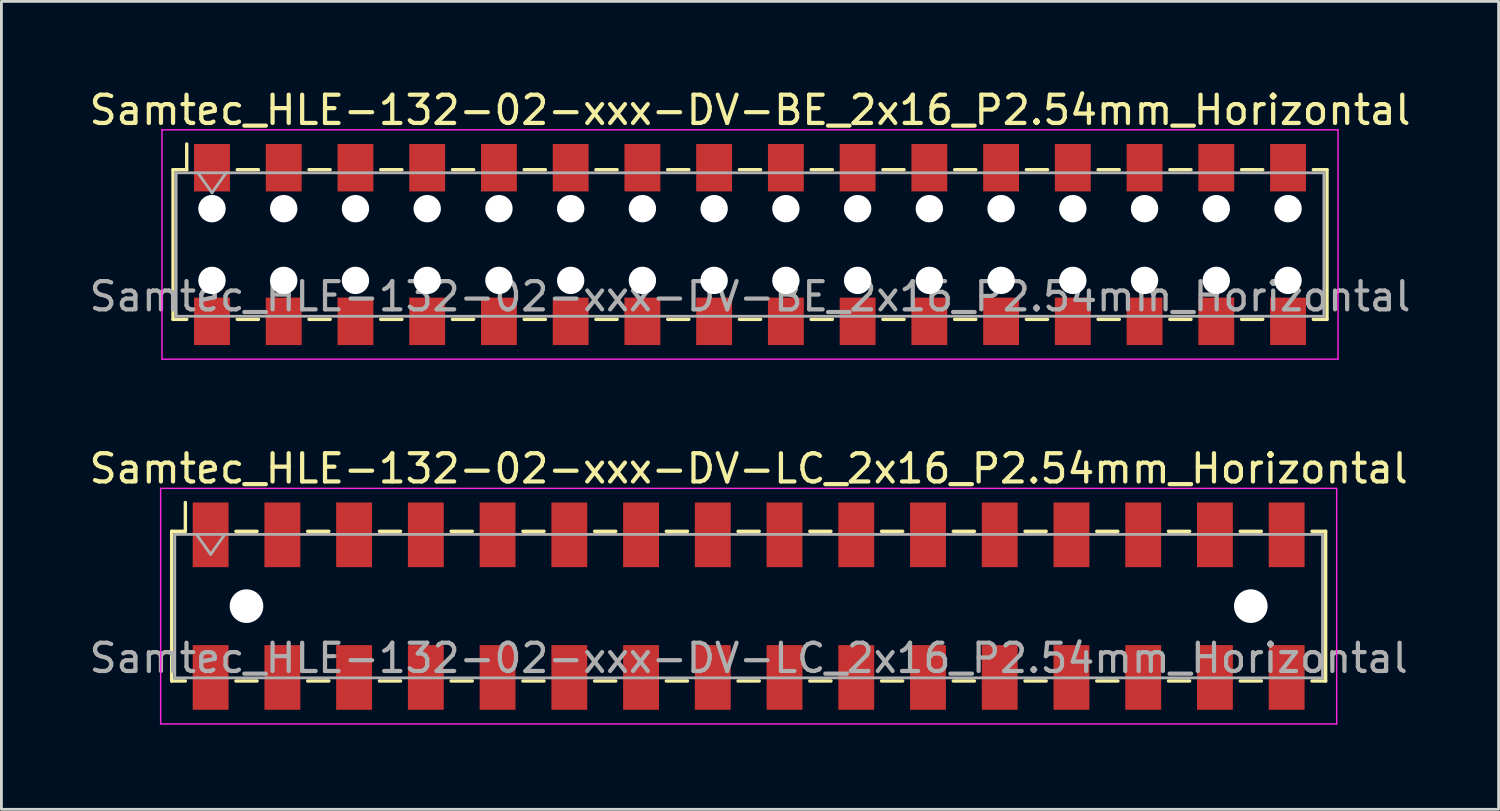
<source format=kicad_pcb>
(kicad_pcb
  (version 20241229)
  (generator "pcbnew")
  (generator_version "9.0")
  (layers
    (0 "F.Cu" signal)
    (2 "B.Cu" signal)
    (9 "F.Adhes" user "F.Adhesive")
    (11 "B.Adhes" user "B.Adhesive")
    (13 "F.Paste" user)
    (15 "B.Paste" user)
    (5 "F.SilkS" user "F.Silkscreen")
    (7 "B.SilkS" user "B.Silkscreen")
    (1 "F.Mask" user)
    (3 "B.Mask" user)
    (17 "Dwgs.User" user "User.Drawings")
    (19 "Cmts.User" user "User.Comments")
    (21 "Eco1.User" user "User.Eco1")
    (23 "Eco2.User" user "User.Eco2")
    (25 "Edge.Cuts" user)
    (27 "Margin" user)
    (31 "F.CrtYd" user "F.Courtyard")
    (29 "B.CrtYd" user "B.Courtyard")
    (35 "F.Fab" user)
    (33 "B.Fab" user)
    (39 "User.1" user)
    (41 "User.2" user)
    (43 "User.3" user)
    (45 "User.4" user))
  (footprint "Samtec_HLE-132-02-xxx-DV-LC_2x16_P2.54mm_Horizontal"
    (layer "F.Cu")
    (at 23.458 18.412)
    (property "Reference" "Samtec_HLE-132-02-xxx-DV-LC_2x16_P2.54mm_Horizontal" (at 0 -4.87 0) (layer "F.SilkS") (effects (font (size 1 1) (thickness 0.15))))
    (attr smd)
    (fp_line (start -20.43 -2.65) (end -20.43 2.65) (stroke (width 0.12) (type solid)) (layer "F.SilkS"))
    (fp_line (start -20.43 2.65) (end -19.945 2.65) (stroke (width 0.12) (type solid)) (layer "F.SilkS"))
    (fp_line (start -19.945 -3.67) (end -19.945 -2.65) (stroke (width 0.12) (type solid)) (layer "F.SilkS"))
    (fp_line (start -19.945 -2.65) (end -20.43 -2.65) (stroke (width 0.12) (type solid)) (layer "F.SilkS"))
    (fp_line (start -18.155 -2.65) (end -17.405 -2.65) (stroke (width 0.12) (type solid)) (layer "F.SilkS"))
    (fp_line (start -18.155 2.65) (end -17.405 2.65) (stroke (width 0.12) (type solid)) (layer "F.SilkS"))
    (fp_line (start -15.615 -2.65) (end -14.865 -2.65) (stroke (width 0.12) (type solid)) (layer "F.SilkS"))
    (fp_line (start -15.615 2.65) (end -14.865 2.65) (stroke (width 0.12) (type solid)) (layer "F.SilkS"))
    (fp_line (start -13.075 -2.65) (end -12.325 -2.65) (stroke (width 0.12) (type solid)) (layer "F.SilkS"))
    (fp_line (start -13.075 2.65) (end -12.325 2.65) (stroke (width 0.12) (type solid)) (layer "F.SilkS"))
    (fp_line (start -10.535 -2.65) (end -9.785 -2.65) (stroke (width 0.12) (type solid)) (layer "F.SilkS"))
    (fp_line (start -10.535 2.65) (end -9.785 2.65) (stroke (width 0.12) (type solid)) (layer "F.SilkS"))
    (fp_line (start -7.995 -2.65) (end -7.245 -2.65) (stroke (width 0.12) (type solid)) (layer "F.SilkS"))
    (fp_line (start -7.995 2.65) (end -7.245 2.65) (stroke (width 0.12) (type solid)) (layer "F.SilkS"))
    (fp_line (start -5.455 -2.65) (end -4.705 -2.65) (stroke (width 0.12) (type solid)) (layer "F.SilkS"))
    (fp_line (start -5.455 2.65) (end -4.705 2.65) (stroke (width 0.12) (type solid)) (layer "F.SilkS"))
    (fp_line (start -2.915 -2.65) (end -2.165 -2.65) (stroke (width 0.12) (type solid)) (layer "F.SilkS"))
    (fp_line (start -2.915 2.65) (end -2.165 2.65) (stroke (width 0.12) (type solid)) (layer "F.SilkS"))
    (fp_line (start -0.375 -2.65) (end 0.375 -2.65) (stroke (width 0.12) (type solid)) (layer "F.SilkS"))
    (fp_line (start -0.375 2.65) (end 0.375 2.65) (stroke (width 0.12) (type solid)) (layer "F.SilkS"))
    (fp_line (start 2.165 -2.65) (end 2.915 -2.65) (stroke (width 0.12) (type solid)) (layer "F.SilkS"))
    (fp_line (start 2.165 2.65) (end 2.915 2.65) (stroke (width 0.12) (type solid)) (layer "F.SilkS"))
    (fp_line (start 4.705 -2.65) (end 5.455 -2.65) (stroke (width 0.12) (type solid)) (layer "F.SilkS"))
    (fp_line (start 4.705 2.65) (end 5.455 2.65) (stroke (width 0.12) (type solid)) (layer "F.SilkS"))
    (fp_line (start 7.245 -2.65) (end 7.995 -2.65) (stroke (width 0.12) (type solid)) (layer "F.SilkS"))
    (fp_line (start 7.245 2.65) (end 7.995 2.65) (stroke (width 0.12) (type solid)) (layer "F.SilkS"))
    (fp_line (start 9.785 -2.65) (end 10.535 -2.65) (stroke (width 0.12) (type solid)) (layer "F.SilkS"))
    (fp_line (start 9.785 2.65) (end 10.535 2.65) (stroke (width 0.12) (type solid)) (layer "F.SilkS"))
    (fp_line (start 12.325 -2.65) (end 13.075 -2.65) (stroke (width 0.12) (type solid)) (layer "F.SilkS"))
    (fp_line (start 12.325 2.65) (end 13.075 2.65) (stroke (width 0.12) (type solid)) (layer "F.SilkS"))
    (fp_line (start 14.865 -2.65) (end 15.615 -2.65) (stroke (width 0.12) (type solid)) (layer "F.SilkS"))
    (fp_line (start 14.865 2.65) (end 15.615 2.65) (stroke (width 0.12) (type solid)) (layer "F.SilkS"))
    (fp_line (start 17.405 -2.65) (end 18.155 -2.65) (stroke (width 0.12) (type solid)) (layer "F.SilkS"))
    (fp_line (start 17.405 2.65) (end 18.155 2.65) (stroke (width 0.12) (type solid)) (layer "F.SilkS"))
    (fp_line (start 19.945 -2.65) (end 20.43 -2.65) (stroke (width 0.12) (type solid)) (layer "F.SilkS"))
    (fp_line (start 20.43 -2.65) (end 20.43 2.65) (stroke (width 0.12) (type solid)) (layer "F.SilkS"))
    (fp_line (start 20.43 2.65) (end 19.945 2.65) (stroke (width 0.12) (type solid)) (layer "F.SilkS"))
    (fp_line (start -20.82 -4.17) (end 20.82 -4.17) (stroke (width 0.05) (type solid)) (layer "F.CrtYd"))
    (fp_line (start -20.82 4.17) (end -20.82 -4.17) (stroke (width 0.05) (type solid)) (layer "F.CrtYd"))
    (fp_line (start 20.82 -4.17) (end 20.82 4.17) (stroke (width 0.05) (type solid)) (layer "F.CrtYd"))
    (fp_line (start 20.82 4.17) (end -20.82 4.17) (stroke (width 0.05) (type solid)) (layer "F.CrtYd"))
    (fp_line (start -20.32 -2.54) (end 20.32 -2.54) (stroke (width 0.1) (type solid)) (layer "F.Fab"))
    (fp_line (start -20.32 2.54) (end -20.32 -2.54) (stroke (width 0.1) (type solid)) (layer "F.Fab"))
    (fp_line (start -19.55 -2.54) (end -19.05 -1.833) (stroke (width 0.1) (type solid)) (layer "F.Fab"))
    (fp_line (start -19.05 -1.833) (end -18.55 -2.54) (stroke (width 0.1) (type solid)) (layer "F.Fab"))
    (fp_line (start 20.32 -2.54) (end 20.32 2.54) (stroke (width 0.1) (type solid)) (layer "F.Fab"))
    (fp_line (start 20.32 2.54) (end -20.32 2.54) (stroke (width 0.1) (type solid)) (layer "F.Fab"))
    (fp_text user "${REFERENCE}" (at 0 1.84 0) (layer "F.Fab") (effects (font (size 1 1) (thickness 0.15))))
    (pad "" np_thru_hole circle (at -17.78 0) (size 1.19 1.19) (drill 1.19) (layers "*.Cu" "*.Mask"))
    (pad "" np_thru_hole circle (at 17.78 0) (size 1.19 1.19) (drill 1.19) (layers "*.Cu" "*.Mask"))
    (pad "1" smd rect (at -19.05 -2.525) (size 1.27 2.29) (layers "F.Cu" "F.Mask" "F.Paste"))
    (pad "2" smd rect (at -19.05 2.525) (size 1.27 2.29) (layers "F.Cu" "F.Mask" "F.Paste"))
    (pad "3" smd rect (at -16.51 -2.525) (size 1.27 2.29) (layers "F.Cu" "F.Mask" "F.Paste"))
    (pad "4" smd rect (at -16.51 2.525) (size 1.27 2.29) (layers "F.Cu" "F.Mask" "F.Paste"))
    (pad "5" smd rect (at -13.97 -2.525) (size 1.27 2.29) (layers "F.Cu" "F.Mask" "F.Paste"))
    (pad "6" smd rect (at -13.97 2.525) (size 1.27 2.29) (layers "F.Cu" "F.Mask" "F.Paste"))
    (pad "7" smd rect (at -11.43 -2.525) (size 1.27 2.29) (layers "F.Cu" "F.Mask" "F.Paste"))
    (pad "8" smd rect (at -11.43 2.525) (size 1.27 2.29) (layers "F.Cu" "F.Mask" "F.Paste"))
    (pad "9" smd rect (at -8.89 -2.525) (size 1.27 2.29) (layers "F.Cu" "F.Mask" "F.Paste"))
    (pad "10" smd rect (at -8.89 2.525) (size 1.27 2.29) (layers "F.Cu" "F.Mask" "F.Paste"))
    (pad "11" smd rect (at -6.35 -2.525) (size 1.27 2.29) (layers "F.Cu" "F.Mask" "F.Paste"))
    (pad "12" smd rect (at -6.35 2.525) (size 1.27 2.29) (layers "F.Cu" "F.Mask" "F.Paste"))
    (pad "13" smd rect (at -3.81 -2.525) (size 1.27 2.29) (layers "F.Cu" "F.Mask" "F.Paste"))
    (pad "14" smd rect (at -3.81 2.525) (size 1.27 2.29) (layers "F.Cu" "F.Mask" "F.Paste"))
    (pad "15" smd rect (at -1.27 -2.525) (size 1.27 2.29) (layers "F.Cu" "F.Mask" "F.Paste"))
    (pad "16" smd rect (at -1.27 2.525) (size 1.27 2.29) (layers "F.Cu" "F.Mask" "F.Paste"))
    (pad "17" smd rect (at 1.27 -2.525) (size 1.27 2.29) (layers "F.Cu" "F.Mask" "F.Paste"))
    (pad "18" smd rect (at 1.27 2.525) (size 1.27 2.29) (layers "F.Cu" "F.Mask" "F.Paste"))
    (pad "19" smd rect (at 3.81 -2.525) (size 1.27 2.29) (layers "F.Cu" "F.Mask" "F.Paste"))
    (pad "20" smd rect (at 3.81 2.525) (size 1.27 2.29) (layers "F.Cu" "F.Mask" "F.Paste"))
    (pad "21" smd rect (at 6.35 -2.525) (size 1.27 2.29) (layers "F.Cu" "F.Mask" "F.Paste"))
    (pad "22" smd rect (at 6.35 2.525) (size 1.27 2.29) (layers "F.Cu" "F.Mask" "F.Paste"))
    (pad "23" smd rect (at 8.89 -2.525) (size 1.27 2.29) (layers "F.Cu" "F.Mask" "F.Paste"))
    (pad "24" smd rect (at 8.89 2.525) (size 1.27 2.29) (layers "F.Cu" "F.Mask" "F.Paste"))
    (pad "25" smd rect (at 11.43 -2.525) (size 1.27 2.29) (layers "F.Cu" "F.Mask" "F.Paste"))
    (pad "26" smd rect (at 11.43 2.525) (size 1.27 2.29) (layers "F.Cu" "F.Mask" "F.Paste"))
    (pad "27" smd rect (at 13.97 -2.525) (size 1.27 2.29) (layers "F.Cu" "F.Mask" "F.Paste"))
    (pad "28" smd rect (at 13.97 2.525) (size 1.27 2.29) (layers "F.Cu" "F.Mask" "F.Paste"))
    (pad "29" smd rect (at 16.51 -2.525) (size 1.27 2.29) (layers "F.Cu" "F.Mask" "F.Paste"))
    (pad "30" smd rect (at 16.51 2.525) (size 1.27 2.29) (layers "F.Cu" "F.Mask" "F.Paste"))
    (pad "31" smd rect (at 19.05 -2.525) (size 1.27 2.29) (layers "F.Cu" "F.Mask" "F.Paste"))
    (pad "32" smd rect (at 19.05 2.525) (size 1.27 2.29) (layers "F.Cu" "F.Mask" "F.Paste")))
  (footprint "Samtec_HLE-132-02-xxx-DV-BE_2x16_P2.54mm_Horizontal"
    (layer "F.Cu")
    (at 23.506 5.608)
    (property "Reference" "Samtec_HLE-132-02-xxx-DV-BE_2x16_P2.54mm_Horizontal" (at 0 -4.76 0) (layer "F.SilkS") (effects (font (size 1 1) (thickness 0.15))))
    (attr smd)
    (fp_line (start -20.43 -2.65) (end -20.43 2.65) (stroke (width 0.12) (type solid)) (layer "F.SilkS"))
    (fp_line (start -20.43 2.65) (end -19.945 2.65) (stroke (width 0.12) (type solid)) (layer "F.SilkS"))
    (fp_line (start -19.945 -3.56) (end -19.945 -2.65) (stroke (width 0.12) (type solid)) (layer "F.SilkS"))
    (fp_line (start -19.945 -2.65) (end -20.43 -2.65) (stroke (width 0.12) (type solid)) (layer "F.SilkS"))
    (fp_line (start -18.155 -2.65) (end -17.405 -2.65) (stroke (width 0.12) (type solid)) (layer "F.SilkS"))
    (fp_line (start -18.155 2.65) (end -17.405 2.65) (stroke (width 0.12) (type solid)) (layer "F.SilkS"))
    (fp_line (start -15.615 -2.65) (end -14.865 -2.65) (stroke (width 0.12) (type solid)) (layer "F.SilkS"))
    (fp_line (start -15.615 2.65) (end -14.865 2.65) (stroke (width 0.12) (type solid)) (layer "F.SilkS"))
    (fp_line (start -13.075 -2.65) (end -12.325 -2.65) (stroke (width 0.12) (type solid)) (layer "F.SilkS"))
    (fp_line (start -13.075 2.65) (end -12.325 2.65) (stroke (width 0.12) (type solid)) (layer "F.SilkS"))
    (fp_line (start -10.535 -2.65) (end -9.785 -2.65) (stroke (width 0.12) (type solid)) (layer "F.SilkS"))
    (fp_line (start -10.535 2.65) (end -9.785 2.65) (stroke (width 0.12) (type solid)) (layer "F.SilkS"))
    (fp_line (start -7.995 -2.65) (end -7.245 -2.65) (stroke (width 0.12) (type solid)) (layer "F.SilkS"))
    (fp_line (start -7.995 2.65) (end -7.245 2.65) (stroke (width 0.12) (type solid)) (layer "F.SilkS"))
    (fp_line (start -5.455 -2.65) (end -4.705 -2.65) (stroke (width 0.12) (type solid)) (layer "F.SilkS"))
    (fp_line (start -5.455 2.65) (end -4.705 2.65) (stroke (width 0.12) (type solid)) (layer "F.SilkS"))
    (fp_line (start -2.915 -2.65) (end -2.165 -2.65) (stroke (width 0.12) (type solid)) (layer "F.SilkS"))
    (fp_line (start -2.915 2.65) (end -2.165 2.65) (stroke (width 0.12) (type solid)) (layer "F.SilkS"))
    (fp_line (start -0.375 -2.65) (end 0.375 -2.65) (stroke (width 0.12) (type solid)) (layer "F.SilkS"))
    (fp_line (start -0.375 2.65) (end 0.375 2.65) (stroke (width 0.12) (type solid)) (layer "F.SilkS"))
    (fp_line (start 2.165 -2.65) (end 2.915 -2.65) (stroke (width 0.12) (type solid)) (layer "F.SilkS"))
    (fp_line (start 2.165 2.65) (end 2.915 2.65) (stroke (width 0.12) (type solid)) (layer "F.SilkS"))
    (fp_line (start 4.705 -2.65) (end 5.455 -2.65) (stroke (width 0.12) (type solid)) (layer "F.SilkS"))
    (fp_line (start 4.705 2.65) (end 5.455 2.65) (stroke (width 0.12) (type solid)) (layer "F.SilkS"))
    (fp_line (start 7.245 -2.65) (end 7.995 -2.65) (stroke (width 0.12) (type solid)) (layer "F.SilkS"))
    (fp_line (start 7.245 2.65) (end 7.995 2.65) (stroke (width 0.12) (type solid)) (layer "F.SilkS"))
    (fp_line (start 9.785 -2.65) (end 10.535 -2.65) (stroke (width 0.12) (type solid)) (layer "F.SilkS"))
    (fp_line (start 9.785 2.65) (end 10.535 2.65) (stroke (width 0.12) (type solid)) (layer "F.SilkS"))
    (fp_line (start 12.325 -2.65) (end 13.075 -2.65) (stroke (width 0.12) (type solid)) (layer "F.SilkS"))
    (fp_line (start 12.325 2.65) (end 13.075 2.65) (stroke (width 0.12) (type solid)) (layer "F.SilkS"))
    (fp_line (start 14.865 -2.65) (end 15.615 -2.65) (stroke (width 0.12) (type solid)) (layer "F.SilkS"))
    (fp_line (start 14.865 2.65) (end 15.615 2.65) (stroke (width 0.12) (type solid)) (layer "F.SilkS"))
    (fp_line (start 17.405 -2.65) (end 18.155 -2.65) (stroke (width 0.12) (type solid)) (layer "F.SilkS"))
    (fp_line (start 17.405 2.65) (end 18.155 2.65) (stroke (width 0.12) (type solid)) (layer "F.SilkS"))
    (fp_line (start 19.945 -2.65) (end 20.43 -2.65) (stroke (width 0.12) (type solid)) (layer "F.SilkS"))
    (fp_line (start 20.43 -2.65) (end 20.43 2.65) (stroke (width 0.12) (type solid)) (layer "F.SilkS"))
    (fp_line (start 20.43 2.65) (end 19.945 2.65) (stroke (width 0.12) (type solid)) (layer "F.SilkS"))
    (fp_line (start -20.82 -4.06) (end 20.82 -4.06) (stroke (width 0.05) (type solid)) (layer "F.CrtYd"))
    (fp_line (start -20.82 4.06) (end -20.82 -4.06) (stroke (width 0.05) (type solid)) (layer "F.CrtYd"))
    (fp_line (start 20.82 -4.06) (end 20.82 4.06) (stroke (width 0.05) (type solid)) (layer "F.CrtYd"))
    (fp_line (start 20.82 4.06) (end -20.82 4.06) (stroke (width 0.05) (type solid)) (layer "F.CrtYd"))
    (fp_line (start -20.32 -2.54) (end 20.32 -2.54) (stroke (width 0.1) (type solid)) (layer "F.Fab"))
    (fp_line (start -20.32 2.54) (end -20.32 -2.54) (stroke (width 0.1) (type solid)) (layer "F.Fab"))
    (fp_line (start -19.55 -2.54) (end -19.05 -1.833) (stroke (width 0.1) (type solid)) (layer "F.Fab"))
    (fp_line (start -19.05 -1.833) (end -18.55 -2.54) (stroke (width 0.1) (type solid)) (layer "F.Fab"))
    (fp_line (start 20.32 -2.54) (end 20.32 2.54) (stroke (width 0.1) (type solid)) (layer "F.Fab"))
    (fp_line (start 20.32 2.54) (end -20.32 2.54) (stroke (width 0.1) (type solid)) (layer "F.Fab"))
    (fp_text user "${REFERENCE}" (at 0 1.84 0) (layer "F.Fab") (effects (font (size 1 1) (thickness 0.15))))
    (pad "" np_thru_hole circle (at -19.05 -1.27) (size 0.97 0.97) (drill 0.97) (layers "*.Cu" "*.Mask"))
    (pad "" np_thru_hole circle (at -19.05 1.27) (size 0.97 0.97) (drill 0.97) (layers "*.Cu" "*.Mask"))
    (pad "" np_thru_hole circle (at -16.51 -1.27) (size 0.97 0.97) (drill 0.97) (layers "*.Cu" "*.Mask"))
    (pad "" np_thru_hole circle (at -16.51 1.27) (size 0.97 0.97) (drill 0.97) (layers "*.Cu" "*.Mask"))
    (pad "" np_thru_hole circle (at -13.97 -1.27) (size 0.97 0.97) (drill 0.97) (layers "*.Cu" "*.Mask"))
    (pad "" np_thru_hole circle (at -13.97 1.27) (size 0.97 0.97) (drill 0.97) (layers "*.Cu" "*.Mask"))
    (pad "" np_thru_hole circle (at -11.43 -1.27) (size 0.97 0.97) (drill 0.97) (layers "*.Cu" "*.Mask"))
    (pad "" np_thru_hole circle (at -11.43 1.27) (size 0.97 0.97) (drill 0.97) (layers "*.Cu" "*.Mask"))
    (pad "" np_thru_hole circle (at -8.89 -1.27) (size 0.97 0.97) (drill 0.97) (layers "*.Cu" "*.Mask"))
    (pad "" np_thru_hole circle (at -8.89 1.27) (size 0.97 0.97) (drill 0.97) (layers "*.Cu" "*.Mask"))
    (pad "" np_thru_hole circle (at -6.35 -1.27) (size 0.97 0.97) (drill 0.97) (layers "*.Cu" "*.Mask"))
    (pad "" np_thru_hole circle (at -6.35 1.27) (size 0.97 0.97) (drill 0.97) (layers "*.Cu" "*.Mask"))
    (pad "" np_thru_hole circle (at -3.81 -1.27) (size 0.97 0.97) (drill 0.97) (layers "*.Cu" "*.Mask"))
    (pad "" np_thru_hole circle (at -3.81 1.27) (size 0.97 0.97) (drill 0.97) (layers "*.Cu" "*.Mask"))
    (pad "" np_thru_hole circle (at -1.27 -1.27) (size 0.97 0.97) (drill 0.97) (layers "*.Cu" "*.Mask"))
    (pad "" np_thru_hole circle (at -1.27 1.27) (size 0.97 0.97) (drill 0.97) (layers "*.Cu" "*.Mask"))
    (pad "" np_thru_hole circle (at 1.27 -1.27) (size 0.97 0.97) (drill 0.97) (layers "*.Cu" "*.Mask"))
    (pad "" np_thru_hole circle (at 1.27 1.27) (size 0.97 0.97) (drill 0.97) (layers "*.Cu" "*.Mask"))
    (pad "" np_thru_hole circle (at 3.81 -1.27) (size 0.97 0.97) (drill 0.97) (layers "*.Cu" "*.Mask"))
    (pad "" np_thru_hole circle (at 3.81 1.27) (size 0.97 0.97) (drill 0.97) (layers "*.Cu" "*.Mask"))
    (pad "" np_thru_hole circle (at 6.35 -1.27) (size 0.97 0.97) (drill 0.97) (layers "*.Cu" "*.Mask"))
    (pad "" np_thru_hole circle (at 6.35 1.27) (size 0.97 0.97) (drill 0.97) (layers "*.Cu" "*.Mask"))
    (pad "" np_thru_hole circle (at 8.89 -1.27) (size 0.97 0.97) (drill 0.97) (layers "*.Cu" "*.Mask"))
    (pad "" np_thru_hole circle (at 8.89 1.27) (size 0.97 0.97) (drill 0.97) (layers "*.Cu" "*.Mask"))
    (pad "" np_thru_hole circle (at 11.43 -1.27) (size 0.97 0.97) (drill 0.97) (layers "*.Cu" "*.Mask"))
    (pad "" np_thru_hole circle (at 11.43 1.27) (size 0.97 0.97) (drill 0.97) (layers "*.Cu" "*.Mask"))
    (pad "" np_thru_hole circle (at 13.97 -1.27) (size 0.97 0.97) (drill 0.97) (layers "*.Cu" "*.Mask"))
    (pad "" np_thru_hole circle (at 13.97 1.27) (size 0.97 0.97) (drill 0.97) (layers "*.Cu" "*.Mask"))
    (pad "" np_thru_hole circle (at 16.51 -1.27) (size 0.97 0.97) (drill 0.97) (layers "*.Cu" "*.Mask"))
    (pad "" np_thru_hole circle (at 16.51 1.27) (size 0.97 0.97) (drill 0.97) (layers "*.Cu" "*.Mask"))
    (pad "" np_thru_hole circle (at 19.05 -1.27) (size 0.97 0.97) (drill 0.97) (layers "*.Cu" "*.Mask"))
    (pad "" np_thru_hole circle (at 19.05 1.27) (size 0.97 0.97) (drill 0.97) (layers "*.Cu" "*.Mask"))
    (pad "1" smd rect (at -19.05 -2.72) (size 1.27 1.68) (layers "F.Cu" "F.Mask" "F.Paste"))
    (pad "2" smd rect (at -19.05 2.72) (size 1.27 1.68) (layers "F.Cu" "F.Mask" "F.Paste"))
    (pad "3" smd rect (at -16.51 -2.72) (size 1.27 1.68) (layers "F.Cu" "F.Mask" "F.Paste"))
    (pad "4" smd rect (at -16.51 2.72) (size 1.27 1.68) (layers "F.Cu" "F.Mask" "F.Paste"))
    (pad "5" smd rect (at -13.97 -2.72) (size 1.27 1.68) (layers "F.Cu" "F.Mask" "F.Paste"))
    (pad "6" smd rect (at -13.97 2.72) (size 1.27 1.68) (layers "F.Cu" "F.Mask" "F.Paste"))
    (pad "7" smd rect (at -11.43 -2.72) (size 1.27 1.68) (layers "F.Cu" "F.Mask" "F.Paste"))
    (pad "8" smd rect (at -11.43 2.72) (size 1.27 1.68) (layers "F.Cu" "F.Mask" "F.Paste"))
    (pad "9" smd rect (at -8.89 -2.72) (size 1.27 1.68) (layers "F.Cu" "F.Mask" "F.Paste"))
    (pad "10" smd rect (at -8.89 2.72) (size 1.27 1.68) (layers "F.Cu" "F.Mask" "F.Paste"))
    (pad "11" smd rect (at -6.35 -2.72) (size 1.27 1.68) (layers "F.Cu" "F.Mask" "F.Paste"))
    (pad "12" smd rect (at -6.35 2.72) (size 1.27 1.68) (layers "F.Cu" "F.Mask" "F.Paste"))
    (pad "13" smd rect (at -3.81 -2.72) (size 1.27 1.68) (layers "F.Cu" "F.Mask" "F.Paste"))
    (pad "14" smd rect (at -3.81 2.72) (size 1.27 1.68) (layers "F.Cu" "F.Mask" "F.Paste"))
    (pad "15" smd rect (at -1.27 -2.72) (size 1.27 1.68) (layers "F.Cu" "F.Mask" "F.Paste"))
    (pad "16" smd rect (at -1.27 2.72) (size 1.27 1.68) (layers "F.Cu" "F.Mask" "F.Paste"))
    (pad "17" smd rect (at 1.27 -2.72) (size 1.27 1.68) (layers "F.Cu" "F.Mask" "F.Paste"))
    (pad "18" smd rect (at 1.27 2.72) (size 1.27 1.68) (layers "F.Cu" "F.Mask" "F.Paste"))
    (pad "19" smd rect (at 3.81 -2.72) (size 1.27 1.68) (layers "F.Cu" "F.Mask" "F.Paste"))
    (pad "20" smd rect (at 3.81 2.72) (size 1.27 1.68) (layers "F.Cu" "F.Mask" "F.Paste"))
    (pad "21" smd rect (at 6.35 -2.72) (size 1.27 1.68) (layers "F.Cu" "F.Mask" "F.Paste"))
    (pad "22" smd rect (at 6.35 2.72) (size 1.27 1.68) (layers "F.Cu" "F.Mask" "F.Paste"))
    (pad "23" smd rect (at 8.89 -2.72) (size 1.27 1.68) (layers "F.Cu" "F.Mask" "F.Paste"))
    (pad "24" smd rect (at 8.89 2.72) (size 1.27 1.68) (layers "F.Cu" "F.Mask" "F.Paste"))
    (pad "25" smd rect (at 11.43 -2.72) (size 1.27 1.68) (layers "F.Cu" "F.Mask" "F.Paste"))
    (pad "26" smd rect (at 11.43 2.72) (size 1.27 1.68) (layers "F.Cu" "F.Mask" "F.Paste"))
    (pad "27" smd rect (at 13.97 -2.72) (size 1.27 1.68) (layers "F.Cu" "F.Mask" "F.Paste"))
    (pad "28" smd rect (at 13.97 2.72) (size 1.27 1.68) (layers "F.Cu" "F.Mask" "F.Paste"))
    (pad "29" smd rect (at 16.51 -2.72) (size 1.27 1.68) (layers "F.Cu" "F.Mask" "F.Paste"))
    (pad "30" smd rect (at 16.51 2.72) (size 1.27 1.68) (layers "F.Cu" "F.Mask" "F.Paste"))
    (pad "31" smd rect (at 19.05 -2.72) (size 1.27 1.68) (layers "F.Cu" "F.Mask" "F.Paste"))
    (pad "32" smd rect (at 19.05 2.72) (size 1.27 1.68) (layers "F.Cu" "F.Mask" "F.Paste")))
  (gr_rect
    (start -3 -3)
    (end 50.012 25.607)
    (stroke (width 0.1) (type default))
    (fill no)
    (layer "Edge.Cuts")))
</source>
